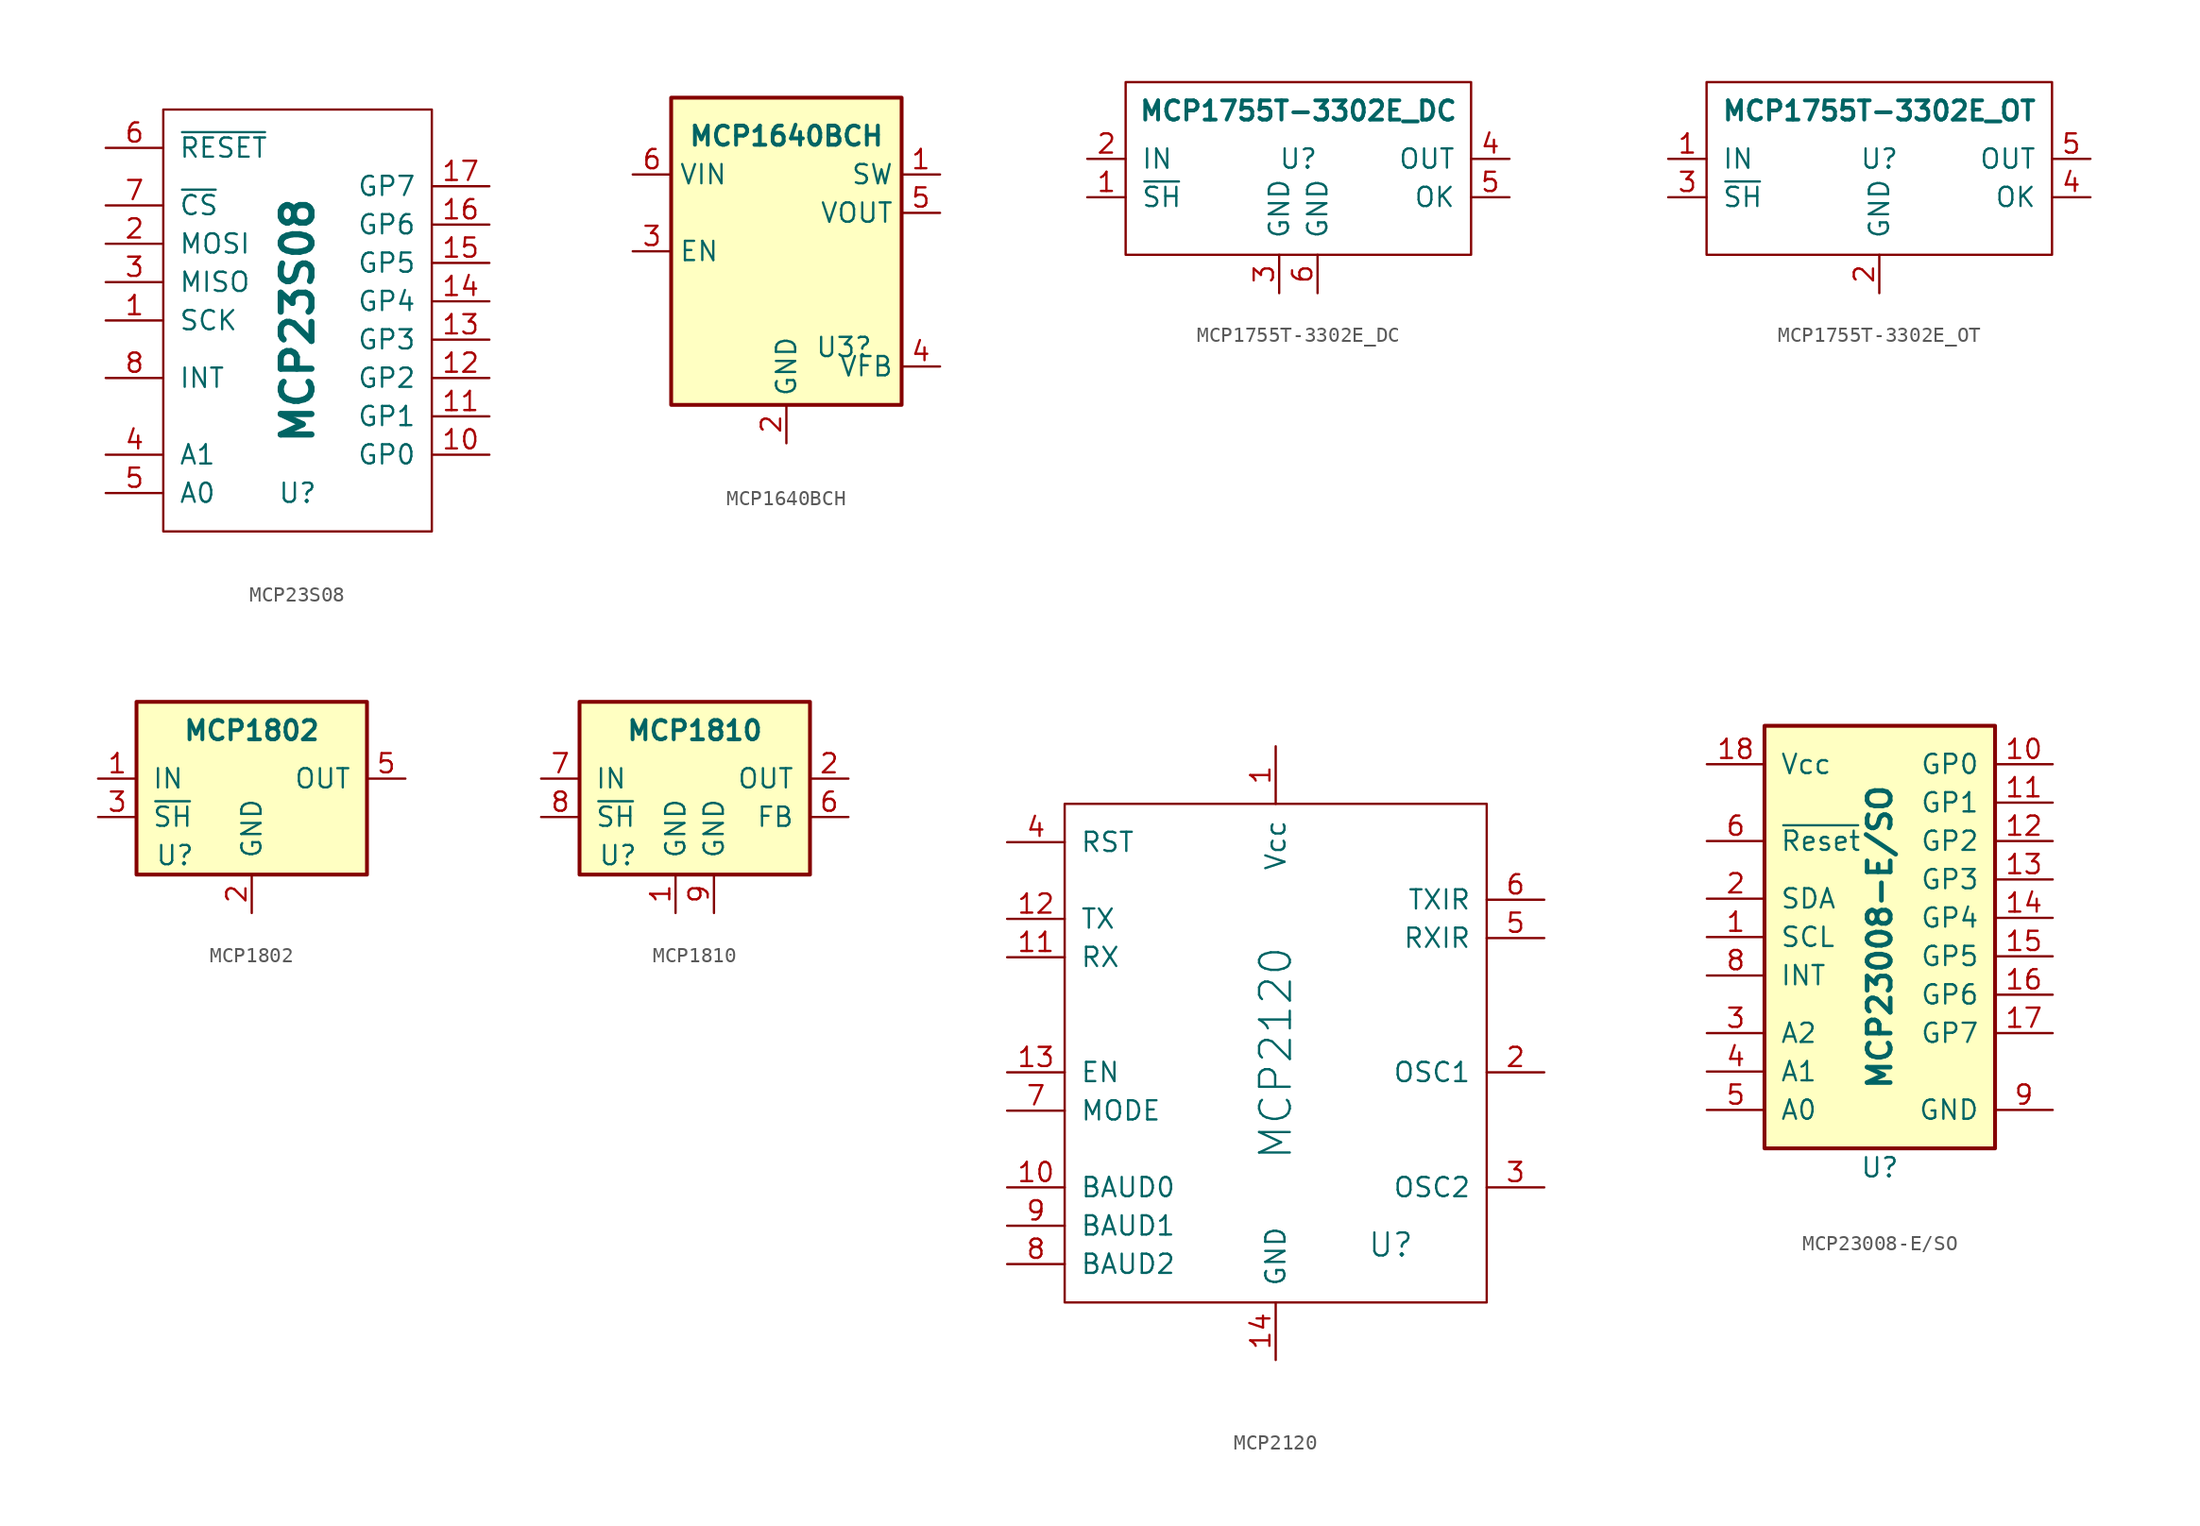
<source format=kicad_sym>
(kicad_symbol_lib
  (version 20231120)
  (generator "kicad_symbol_editor")
  (generator_version "8.0")
  (symbol "MCP23S08"
    (pin_names
      (offset 1.016))
    (property "Reference" "U"
      (at 0 -11.43 0)
      (effects (font (size 1.27 1.27))))
    (property "Value" "MCP23S08"
      (at 0 0 90)
      (effects (font (size 2.032 2.032) (bold yes))))
    (symbol "MCP23S08_0_1"
      (rectangle (start -8.89 13.97) (end 8.89 -13.97) (stroke (width 0) (type default)) (fill (type none))))
    (symbol "MCP23S08_1_1"
      (pin input line (at -12.7 0 0) (length 3.81) (name "SCK" (effects (font (size 1.27 1.27)))) (number "1" (effects (font (size 1.27 1.27)))))
      (pin input line (at 12.7 -8.89 180) (length 3.81) (name "GP0" (effects (font (size 1.27 1.27)))) (number "10" (effects (font (size 1.27 1.27)))))
      (pin input line (at 12.7 -6.35 180) (length 3.81) (name "GP1" (effects (font (size 1.27 1.27)))) (number "11" (effects (font (size 1.27 1.27)))))
      (pin input line (at 12.7 -3.81 180) (length 3.81) (name "GP2" (effects (font (size 1.27 1.27)))) (number "12" (effects (font (size 1.27 1.27)))))
      (pin input line (at 12.7 -1.27 180) (length 3.81) (name "GP3" (effects (font (size 1.27 1.27)))) (number "13" (effects (font (size 1.27 1.27)))))
      (pin input line (at 12.7 1.27 180) (length 3.81) (name "GP4" (effects (font (size 1.27 1.27)))) (number "14" (effects (font (size 1.27 1.27)))))
      (pin input line (at 12.7 3.81 180) (length 3.81) (name "GP5" (effects (font (size 1.27 1.27)))) (number "15" (effects (font (size 1.27 1.27)))))
      (pin input line (at 12.7 6.35 180) (length 3.81) (name "GP6" (effects (font (size 1.27 1.27)))) (number "16" (effects (font (size 1.27 1.27)))))
      (pin input line (at 12.7 8.89 180) (length 3.81) (name "GP7" (effects (font (size 1.27 1.27)))) (number "17" (effects (font (size 1.27 1.27)))))
      (pin power_in line (at 0 13.97 270) (length 0) hide (name "Vcc" (effects (font (size 1.27 1.27)))) (number "18" (effects (font (size 1.27 1.27)))))
      (pin input line (at -12.7 5.08 0) (length 3.81) (name "MOSI" (effects (font (size 1.27 1.27)))) (number "2" (effects (font (size 1.27 1.27)))))
      (pin input line (at -12.7 2.54 0) (length 3.81) (name "MISO" (effects (font (size 1.27 1.27)))) (number "3" (effects (font (size 1.27 1.27)))))
      (pin input line (at -12.7 -8.89 0) (length 3.81) (name "A1" (effects (font (size 1.27 1.27)))) (number "4" (effects (font (size 1.27 1.27)))))
      (pin input line (at -12.7 -11.43 0) (length 3.81) (name "A0" (effects (font (size 1.27 1.27)))) (number "5" (effects (font (size 1.27 1.27)))))
      (pin input line (at -12.7 11.43 0) (length 3.81) (name "~{RESET}" (effects (font (size 1.27 1.27)))) (number "6" (effects (font (size 1.27 1.27)))))
      (pin input line (at -12.7 7.62 0) (length 3.81) (name "~{CS}" (effects (font (size 1.27 1.27)))) (number "7" (effects (font (size 1.27 1.27)))))
      (pin input line (at -12.7 -3.81 0) (length 3.81) (name "INT" (effects (font (size 1.27 1.27)))) (number "8" (effects (font (size 1.27 1.27)))))
      (pin power_in line (at 0 -13.97 90) (length 0) hide (name "GND" (effects (font (size 1.27 1.27)))) (number "9" (effects (font (size 1.27 1.27)))))))
  (symbol "MCP1640BCH"
    (property "Reference" "U3"
      (at 3.81 -6.35 0)
      (effects (font (size 1.27 1.27))))
    (property "Value" "MCP1640BCH"
      (at 0 7.62 0)
      (effects (font (size 1.27 1.27) (bold yes))))
    (symbol "MCP1640BCH_0_1"
      (rectangle (start -7.62 10.16) (end 7.62 -10.16) (stroke (width 0.254) (type default)) (fill (type background))))
    (symbol "MCP1640BCH_1_1"
      (pin input line (at 10.16 5.08 180) (length 2.54) (name "SW" (effects (font (size 1.27 1.27)))) (number "1" (effects (font (size 1.27 1.27)))))
      (pin passive line (at 0 -12.7 90) (length 2.54) (name "GND" (effects (font (size 1.27 1.27)))) (number "2" (effects (font (size 1.27 1.27)))))
      (pin passive line (at -10.16 0 0) (length 2.54) (name "EN" (effects (font (size 1.27 1.27)))) (number "3" (effects (font (size 1.27 1.27)))))
      (pin input line (at 10.16 -7.62 180) (length 2.54) (name "VFB" (effects (font (size 1.27 1.27)))) (number "4" (effects (font (size 1.27 1.27)))))
      (pin passive line (at 10.16 2.54 180) (length 2.54) (name "VOUT" (effects (font (size 1.27 1.27)))) (number "5" (effects (font (size 1.27 1.27)))))
      (pin passive line (at -10.16 5.08 0) (length 2.54) (name "VIN" (effects (font (size 1.27 1.27)))) (number "6" (effects (font (size 1.27 1.27)))))))
  (symbol "MCP1755T-3302E_DC"
    (pin_names
      (offset 1.016))
    (property "Reference" "U"
      (at 0 0 0)
      (effects (font (size 1.27 1.27))))
    (property "Value" "MCP1755T-3302E_DC"
      (at 0 3.175 0)
      (effects (font (size 1.27 1.27) (bold yes))))
    (symbol "MCP1755T-3302E_DC_0_1"
      (rectangle (start -11.43 5.08) (end 11.43 -6.35) (stroke (width 0) (type default)) (fill (type none))))
    (symbol "MCP1755T-3302E_DC_1_1"
      (pin passive line (at -13.97 -2.54 0) (length 2.54) (name "~{SH}" (effects (font (size 1.27 1.27)))) (number "1" (effects (font (size 1.27 1.27)))))
      (pin passive line (at -13.97 0 0) (length 2.54) (name "IN" (effects (font (size 1.27 1.27)))) (number "2" (effects (font (size 1.27 1.27)))))
      (pin passive line (at -1.27 -8.89 90) (length 2.54) (name "GND" (effects (font (size 1.27 1.27)))) (number "3" (effects (font (size 1.27 1.27)))))
      (pin passive line (at 13.97 0 180) (length 2.54) (name "OUT" (effects (font (size 1.27 1.27)))) (number "4" (effects (font (size 1.27 1.27)))))
      (pin passive line (at 13.97 -2.54 180) (length 2.54) (name "OK" (effects (font (size 1.27 1.27)))) (number "5" (effects (font (size 1.27 1.27)))))
      (pin passive line (at 1.27 -8.89 90) (length 2.54) (name "GND" (effects (font (size 1.27 1.27)))) (number "6" (effects (font (size 1.27 1.27)))))))
  (symbol "MCP1755T-3302E_OT"
    (pin_names
      (offset 1.016))
    (property "Reference" "U"
      (at 0 0 0)
      (effects (font (size 1.27 1.27))))
    (property "Value" "MCP1755T-3302E_OT"
      (at 0 3.175 0)
      (effects (font (size 1.27 1.27) (bold yes))))
    (symbol "MCP1755T-3302E_OT_0_1"
      (rectangle (start -11.43 5.08) (end 11.43 -6.35) (stroke (width 0) (type default)) (fill (type none))))
    (symbol "MCP1755T-3302E_OT_1_1"
      (pin passive line (at -13.97 0 0) (length 2.54) (name "IN" (effects (font (size 1.27 1.27)))) (number "1" (effects (font (size 1.27 1.27)))))
      (pin passive line (at 0 -8.89 90) (length 2.54) (name "GND" (effects (font (size 1.27 1.27)))) (number "2" (effects (font (size 1.27 1.27)))))
      (pin passive line (at -13.97 -2.54 0) (length 2.54) (name "~{SH}" (effects (font (size 1.27 1.27)))) (number "3" (effects (font (size 1.27 1.27)))))
      (pin passive line (at 13.97 -2.54 180) (length 2.54) (name "OK" (effects (font (size 1.27 1.27)))) (number "4" (effects (font (size 1.27 1.27)))))
      (pin passive line (at 13.97 0 180) (length 2.54) (name "OUT" (effects (font (size 1.27 1.27)))) (number "5" (effects (font (size 1.27 1.27)))))))
  (symbol "MCP1802"
    (pin_names
      (offset 1.016))
    (property "Reference" "U"
      (at -5.08 -5.08 0)
      (effects (font (size 1.27 1.27))))
    (property "Value" "MCP1802"
      (at 0 3.175 0)
      (effects (font (size 1.27 1.27) (bold yes))))
    (symbol "MCP1802_0_1"
      (rectangle (start -7.62 5.08) (end 7.62 -6.35) (stroke (width 0.254) (type default)) (fill (type background))))
    (symbol "MCP1802_1_1"
      (pin passive line (at -10.16 0 0) (length 2.54) (name "IN" (effects (font (size 1.27 1.27)))) (number "1" (effects (font (size 1.27 1.27)))))
      (pin passive line (at 0 -8.89 90) (length 2.54) (name "GND" (effects (font (size 1.27 1.27)))) (number "2" (effects (font (size 1.27 1.27)))))
      (pin passive line (at -10.16 -2.54 0) (length 2.54) (name "~{SH}" (effects (font (size 1.27 1.27)))) (number "3" (effects (font (size 1.27 1.27)))))
      (pin passive line (at 10.16 0 180) (length 2.54) (name "OUT" (effects (font (size 1.27 1.27)))) (number "5" (effects (font (size 1.27 1.27)))))))
  (symbol "MCP1810"
    (pin_names
      (offset 1.016))
    (property "Reference" "U"
      (at -5.08 -5.08 0)
      (effects (font (size 1.27 1.27))))
    (property "Value" "MCP1810"
      (at 0 3.175 0)
      (effects (font (size 1.27 1.27) (bold yes))))
    (symbol "MCP1810_0_1"
      (rectangle (start -7.62 5.08) (end 7.62 -6.35) (stroke (width 0.254) (type default)) (fill (type background))))
    (symbol "MCP1810_1_1"
      (pin passive line (at -1.27 -8.89 90) (length 2.54) (name "GND" (effects (font (size 1.27 1.27)))) (number "1" (effects (font (size 1.27 1.27)))))
      (pin passive line (at 10.16 0 180) (length 2.54) (name "OUT" (effects (font (size 1.27 1.27)))) (number "2" (effects (font (size 1.27 1.27)))))
      (pin passive line (at 10.16 -2.54 180) (length 2.54) (name "FB" (effects (font (size 1.27 1.27)))) (number "6" (effects (font (size 1.27 1.27)))))
      (pin passive line (at -10.16 0 0) (length 2.54) (name "IN" (effects (font (size 1.27 1.27)))) (number "7" (effects (font (size 1.27 1.27)))))
      (pin passive line (at -10.16 -2.54 0) (length 2.54) (name "~{SH}" (effects (font (size 1.27 1.27)))) (number "8" (effects (font (size 1.27 1.27)))))
      (pin passive line (at 1.27 -8.89 90) (length 2.54) (name "GND" (effects (font (size 1.27 1.27)))) (number "9" (effects (font (size 1.27 1.27)))))))
  (symbol "MCP2120"
    (pin_names
      (offset 1.016))
    (property "Reference" "U"
      (at 7.62 -12.7 0)
      (effects (font (size 1.524 1.524))))
    (property "Value" "MCP2120"
      (at 0 0 90)
      (effects (font (size 2.032 2.032))))
    (property "Footprint" ""
      (at 0 0 0)
      (effects (font (size 1.524 1.524))))
    (property "Datasheet" ""
      (at 0 0 0)
      (effects (font (size 1.524 1.524))))
    (symbol "MCP2120_0_1"
      (rectangle (start -13.97 16.51) (end 13.97 -16.51) (stroke (width 0) (type default)) (fill (type none))))
    (symbol "MCP2120_1_1"
      (pin passive line (at 0 20.32 270) (length 3.81) (name "Vcc" (effects (font (size 1.27 1.27)))) (number "1" (effects (font (size 1.27 1.27)))))
      (pin passive line (at -17.78 -8.89 0) (length 3.81) (name "BAUD0" (effects (font (size 1.27 1.27)))) (number "10" (effects (font (size 1.27 1.27)))))
      (pin passive line (at -17.78 6.35 0) (length 3.81) (name "RX" (effects (font (size 1.27 1.27)))) (number "11" (effects (font (size 1.27 1.27)))))
      (pin passive line (at -17.78 8.89 0) (length 3.81) (name "TX" (effects (font (size 1.27 1.27)))) (number "12" (effects (font (size 1.27 1.27)))))
      (pin passive line (at -17.78 -1.27 0) (length 3.81) (name "EN" (effects (font (size 1.27 1.27)))) (number "13" (effects (font (size 1.27 1.27)))))
      (pin passive line (at 0 -20.32 90) (length 3.81) (name "GND" (effects (font (size 1.27 1.27)))) (number "14" (effects (font (size 1.27 1.27)))))
      (pin passive line (at 17.78 -1.27 180) (length 3.81) (name "OSC1" (effects (font (size 1.27 1.27)))) (number "2" (effects (font (size 1.27 1.27)))))
      (pin passive line (at 17.78 -8.89 180) (length 3.81) (name "OSC2" (effects (font (size 1.27 1.27)))) (number "3" (effects (font (size 1.27 1.27)))))
      (pin passive line (at -17.78 13.97 0) (length 3.81) (name "RST" (effects (font (size 1.27 1.27)))) (number "4" (effects (font (size 1.27 1.27)))))
      (pin passive line (at 17.78 7.62 180) (length 3.81) (name "RXIR" (effects (font (size 1.27 1.27)))) (number "5" (effects (font (size 1.27 1.27)))))
      (pin passive line (at 17.78 10.16 180) (length 3.81) (name "TXIR" (effects (font (size 1.27 1.27)))) (number "6" (effects (font (size 1.27 1.27)))))
      (pin passive line (at -17.78 -3.81 0) (length 3.81) (name "MODE" (effects (font (size 1.27 1.27)))) (number "7" (effects (font (size 1.27 1.27)))))
      (pin passive line (at -17.78 -13.97 0) (length 3.81) (name "BAUD2" (effects (font (size 1.27 1.27)))) (number "8" (effects (font (size 1.27 1.27)))))
      (pin passive line (at -17.78 -11.43 0) (length 3.81) (name "BAUD1" (effects (font (size 1.27 1.27)))) (number "9" (effects (font (size 1.27 1.27)))))))
  (symbol "MCP23008-E/SO"
    (pin_names
      (offset 1.016))
    (property "Reference" "U"
      (at 0 -15.24 0)
      (effects (font (size 1.27 1.27))))
    (property "Value" "MCP23008-E{slash}SO"
      (at 0 0 90)
      (effects (font (size 1.524 1.524) (bold yes))))
    (symbol "MCP23008-E/SO_0_1"
      (rectangle (start -7.62 13.97) (end 7.62 -13.97) (stroke (width 0.254) (type default)) (fill (type background))))
    (symbol "MCP23008-E/SO_1_1"
      (pin passive line (at -11.43 0 0) (length 3.81) (name "SCL" (effects (font (size 1.27 1.27)))) (number "1" (effects (font (size 1.27 1.27)))))
      (pin passive line (at 11.43 11.43 180) (length 3.81) (name "GP0" (effects (font (size 1.27 1.27)))) (number "10" (effects (font (size 1.27 1.27)))))
      (pin passive line (at 11.43 8.89 180) (length 3.81) (name "GP1" (effects (font (size 1.27 1.27)))) (number "11" (effects (font (size 1.27 1.27)))))
      (pin passive line (at 11.43 6.35 180) (length 3.81) (name "GP2" (effects (font (size 1.27 1.27)))) (number "12" (effects (font (size 1.27 1.27)))))
      (pin passive line (at 11.43 3.81 180) (length 3.81) (name "GP3" (effects (font (size 1.27 1.27)))) (number "13" (effects (font (size 1.27 1.27)))))
      (pin passive line (at 11.43 1.27 180) (length 3.81) (name "GP4" (effects (font (size 1.27 1.27)))) (number "14" (effects (font (size 1.27 1.27)))))
      (pin passive line (at 11.43 -1.27 180) (length 3.81) (name "GP5" (effects (font (size 1.27 1.27)))) (number "15" (effects (font (size 1.27 1.27)))))
      (pin passive line (at 11.43 -3.81 180) (length 3.81) (name "GP6" (effects (font (size 1.27 1.27)))) (number "16" (effects (font (size 1.27 1.27)))))
      (pin passive line (at 11.43 -6.35 180) (length 3.81) (name "GP7" (effects (font (size 1.27 1.27)))) (number "17" (effects (font (size 1.27 1.27)))))
      (pin passive line (at -11.43 11.43 0) (length 3.81) (name "Vcc" (effects (font (size 1.27 1.27)))) (number "18" (effects (font (size 1.27 1.27)))))
      (pin passive line (at -11.43 2.54 0) (length 3.81) (name "SDA" (effects (font (size 1.27 1.27)))) (number "2" (effects (font (size 1.27 1.27)))))
      (pin passive line (at -11.43 -6.35 0) (length 3.81) (name "A2" (effects (font (size 1.27 1.27)))) (number "3" (effects (font (size 1.27 1.27)))))
      (pin passive line (at -11.43 -8.89 0) (length 3.81) (name "A1" (effects (font (size 1.27 1.27)))) (number "4" (effects (font (size 1.27 1.27)))))
      (pin passive line (at -11.43 -11.43 0) (length 3.81) (name "A0" (effects (font (size 1.27 1.27)))) (number "5" (effects (font (size 1.27 1.27)))))
      (pin passive line (at -11.43 6.35 0) (length 3.81) (name "~{Reset}" (effects (font (size 1.27 1.27)))) (number "6" (effects (font (size 1.27 1.27)))))
      (pin passive line (at -11.43 -2.54 0) (length 3.81) (name "INT" (effects (font (size 1.27 1.27)))) (number "8" (effects (font (size 1.27 1.27)))))
      (pin passive line (at 11.43 -11.43 180) (length 3.81) (name "GND" (effects (font (size 1.27 1.27)))) (number "9" (effects (font (size 1.27 1.27))))))))
</source>
